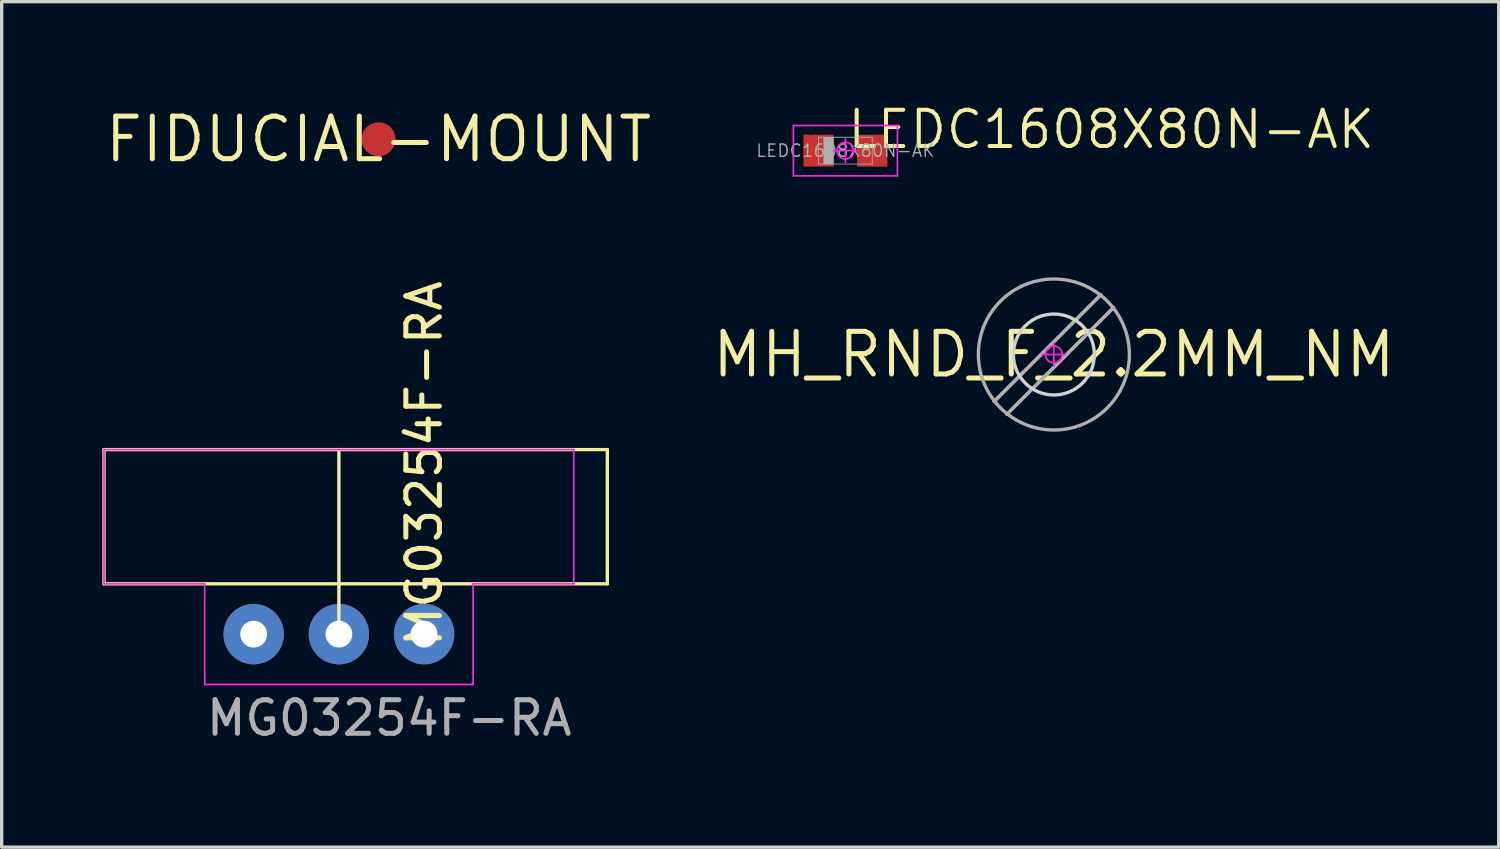
<source format=kicad_pcb>
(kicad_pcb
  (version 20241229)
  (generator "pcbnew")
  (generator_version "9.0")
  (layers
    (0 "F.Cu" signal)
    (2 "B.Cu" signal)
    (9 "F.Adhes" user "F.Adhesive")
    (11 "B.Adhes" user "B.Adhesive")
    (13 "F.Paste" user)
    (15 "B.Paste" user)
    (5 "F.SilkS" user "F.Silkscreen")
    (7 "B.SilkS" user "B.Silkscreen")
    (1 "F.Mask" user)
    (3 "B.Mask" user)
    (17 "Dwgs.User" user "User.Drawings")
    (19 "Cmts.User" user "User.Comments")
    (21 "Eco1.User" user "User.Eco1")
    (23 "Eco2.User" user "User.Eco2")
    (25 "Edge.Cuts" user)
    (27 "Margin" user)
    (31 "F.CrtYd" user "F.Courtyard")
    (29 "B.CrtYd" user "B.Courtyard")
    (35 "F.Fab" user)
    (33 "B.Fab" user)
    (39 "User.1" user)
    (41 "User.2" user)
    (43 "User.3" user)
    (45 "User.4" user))
  (footprint "FIDUCIAL-MOUNT"
    (layer "F.Cu")
    (at 8.232 1.1)
    (property "Reference" "FIDUCIAL-MOUNT" (at 0 0 0) (layer "F.SilkS") (effects (font (size 1.27 1.27) (thickness 0.15))))
    (fp_circle (center 0 0) (end 0.5 0) (stroke (width 1.2) (type solid)) (fill no) (layer "F.Mask"))
    (pad "P$1" smd roundrect (at 0 0) (size 1.016 1.016) (layers "F.Cu" "F.Mask") (roundrect_rratio 0.5))
    (zone (net_name "") (layer "F.Cu") (hatch edge 0.5) (connect_pads) (min_thickness 0.25) (filled_areas_thickness no) (keepout (tracks not_allowed) (vias not_allowed) (pads not_allowed) (copperpour not_allowed) (footprints allowed)) (placement (enabled no)) (fill) (polygon (pts (xy 9.296 1.1) (xy 9.275 0.893) (xy 9.215 0.693) (xy 9.116 0.509) (xy 8.984 0.348) (xy 8.823 0.216) (xy 8.639 0.117) (xy 8.44 0.057) (xy 8.232 0.036) (xy 8.025 0.057) (xy 7.825 0.117) (xy 7.641 0.216) (xy 7.48 0.348) (xy 7.348 0.509) (xy 7.25 0.693) (xy 7.189 0.893) (xy 7.169 1.1) (xy 7.189 1.307) (xy 7.25 1.507) (xy 7.348 1.691) (xy 7.48 1.852) (xy 7.641 1.984) (xy 7.825 2.083) (xy 8.025 2.143) (xy 8.232 2.163) (xy 8.44 2.143) (xy 8.639 2.083) (xy 8.823 1.984) (xy 8.984 1.852) (xy 9.116 1.691) (xy 9.215 1.507) (xy 9.275 1.307))) (polygon (pts (xy 9.169 1.1) (xy 9.148 0.905) (xy 9.088 0.719) (xy 8.99 0.55) (xy 8.859 0.404) (xy 8.7 0.289) (xy 8.521 0.209) (xy 8.33 0.169) (xy 8.134 0.169) (xy 7.943 0.209) (xy 7.764 0.289) (xy 7.605 0.404) (xy 7.474 0.55) (xy 7.377 0.719) (xy 7.316 0.905) (xy 7.296 1.1) (xy 7.316 1.295) (xy 7.377 1.481) (xy 7.474 1.65) (xy 7.605 1.796) (xy 7.764 1.911) (xy 7.943 1.991) (xy 8.134 2.031) (xy 8.33 2.031) (xy 8.521 1.991) (xy 8.7 1.911) (xy 8.859 1.796) (xy 8.99 1.65) (xy 9.088 1.481) (xy 9.148 1.295)))))
  (footprint "MH_RND_F_2.2MM_NM"
    (layer "F.Cu")
    (at 28.358 7.515)
    (property "Reference" "MH_RND_F_2.2MM_NM" (at 0 0 0) (layer "F.SilkS") (effects (font (size 1.27 1.27) (thickness 0.15))))
    (fp_poly (pts (xy 0.221 -1.251) (xy 0.434 -1.194) (xy 0.635 -1.1) (xy 0.816 -0.973) (xy 0.973 -0.816) (xy 1.1 -0.635) (xy 1.194 -0.434) (xy 1.251 -0.221) (xy 1.27 0.003) (xy 1.195 0.432) (xy 1.1 0.635) (xy 0.973 0.816) (xy 0.816 0.973) (xy 0.635 1.1) (xy 0.434 1.194) (xy 0.221 1.251) (xy 0 1.27) (xy -0.221 1.251) (xy -0.434 1.194) (xy -0.635 1.1) (xy -0.816 0.973) (xy -0.973 0.816) (xy -1.1 0.635) (xy -1.194 0.434) (xy -1.251 0.221) (xy -1.27 0) (xy -1.251 -0.221) (xy -1.194 -0.434) (xy -1.1 -0.635) (xy -0.973 -0.816) (xy -0.816 -0.973) (xy -0.635 -1.1) (xy -0.434 -1.194) (xy -0.221 -1.251) (xy 0 -1.27)) (stroke (width 0) (type default)) (fill yes) (layer "F.Mask"))
    (fp_poly (pts (xy 0.221 -1.251) (xy 0.434 -1.194) (xy 0.635 -1.1) (xy 0.816 -0.973) (xy 0.973 -0.816) (xy 1.1 -0.635) (xy 1.194 -0.434) (xy 1.251 -0.221) (xy 1.27 0.003) (xy 1.195 0.432) (xy 1.1 0.635) (xy 0.973 0.816) (xy 0.816 0.973) (xy 0.635 1.1) (xy 0.434 1.194) (xy 0.221 1.251) (xy 0 1.27) (xy -0.221 1.251) (xy -0.434 1.194) (xy -0.635 1.1) (xy -0.816 0.973) (xy -0.973 0.816) (xy -1.1 0.635) (xy -1.194 0.434) (xy -1.251 0.221) (xy -1.27 0) (xy -1.251 -0.221) (xy -1.194 -0.434) (xy -1.1 -0.635) (xy -0.973 -0.816) (xy -0.816 -0.973) (xy -0.635 -1.1) (xy -0.434 -1.194) (xy -0.221 -1.251) (xy 0 -1.27)) (stroke (width 0) (type default)) (fill yes) (layer "B.Mask"))
    (fp_circle (center 0 0) (end 1.206 0) (stroke (width 0.1) (type solid)) (fill no) (layer "Edge.Cuts"))
    (fp_line (start -0.35 0) (end 0.35 0) (stroke (width 0.05) (type solid)) (layer "F.CrtYd"))
    (fp_line (start 0 0.35) (end 0 -0.35) (stroke (width 0.05) (type solid)) (layer "F.CrtYd"))
    (fp_circle (center 0 0) (end 0.25 0) (stroke (width 0.05) (type solid)) (fill no) (layer "F.CrtYd"))
    (fp_line (start -1.778 1.397) (end 1.397 -1.778) (stroke (width 0.1) (type solid)) (layer "F.Fab"))
    (fp_line (start -1.778 1.397) (end 1.397 -1.778) (stroke (width 0.1) (type solid)) (layer "F.Fab"))
    (fp_line (start -1.397 1.778) (end 1.778 -1.397) (stroke (width 0.1) (type solid)) (layer "F.Fab"))
    (fp_line (start -1.397 1.778) (end 1.778 -1.397) (stroke (width 0.1) (type solid)) (layer "F.Fab"))
    (fp_circle (center 0 0) (end 2.25 0) (stroke (width 0.1) (type solid)) (fill no) (layer "F.Fab")))
  (footprint "MG03254F-RA"
    (layer "F.Cu")
    (at 7.05 15.849)
    (property "Reference" "MG03254F-RA" (at 2.54 -5.08 270) (layer "F.SilkS") (effects (font (size 1 1) (thickness 0.15))))
    (attr through_hole)
    (fp_line (start -7 -1.5) (end -7 -5.5) (stroke (width 0.1) (type default)) (layer "F.SilkS"))
    (fp_line (start 0 0) (end 0 -5.5) (stroke (width 0.1) (type default)) (layer "F.SilkS"))
    (fp_line (start 8 -5.5) (end -7 -5.5) (stroke (width 0.1) (type default)) (layer "F.SilkS"))
    (fp_line (start 8 -5.5) (end 8 -1.5) (stroke (width 0.1) (type default)) (layer "F.SilkS"))
    (fp_line (start 8 -1.5) (end -7 -1.5) (stroke (width 0.1) (type default)) (layer "F.SilkS"))
    (fp_line (start -7 -1.5) (end -7 -5.5) (stroke (width 0.05) (type solid)) (layer "F.CrtYd"))
    (fp_line (start -4 -1.5) (end -7 -1.5) (stroke (width 0.05) (type solid)) (layer "F.CrtYd"))
    (fp_line (start -4 1.5) (end -4 -1.5) (stroke (width 0.05) (type solid)) (layer "F.CrtYd"))
    (fp_line (start 0 -5.5) (end -7 -5.5) (stroke (width 0.05) (type solid)) (layer "F.CrtYd"))
    (fp_line (start 4 1.5) (end -4 1.5) (stroke (width 0.05) (type solid)) (layer "F.CrtYd"))
    (fp_line (start 4 1.5) (end 4 -1.5) (stroke (width 0.05) (type solid)) (layer "F.CrtYd"))
    (fp_line (start 7 -5.5) (end 0 -5.5) (stroke (width 0.05) (type solid)) (layer "F.CrtYd"))
    (fp_line (start 7 -1.5) (end 4 -1.5) (stroke (width 0.05) (type solid)) (layer "F.CrtYd"))
    (fp_line (start 7 -1.5) (end 7 -5.5) (stroke (width 0.05) (type solid)) (layer "F.CrtYd"))
    (fp_text user "${REFERENCE}" (at 1.5 2.5 0) (layer "F.Fab") (effects (font (size 1 1) (thickness 0.15))))
    (pad "1" thru_hole oval (at -2.54 0 270) (size 1.8 1.8) (drill 0.8) (layers "*.Cu" "*.Mask"))
    (pad "2" thru_hole oval (at 0 0 270) (size 1.8 1.8) (drill 0.8) (layers "*.Cu" "*.Mask"))
    (pad "3" thru_hole circle (at 2.54 0 270) (size 1.8 1.8) (drill 0.8) (layers "*.Cu" "*.Mask")))
  (footprint "LEDC1608X80N-AK"
    (layer "F.Cu")
    (at 22.145 1.44)
    (property "Reference" "LEDC1608X80N-AK" (at 0 0 0) (unlocked yes) (layer "F.SilkS") (effects (font (size 1.08 1.08) (thickness 0.12)) (justify left bottom)))
    (fp_line (start -1.55 -0.75) (end -1.55 0.75) (stroke (width 0.05) (type solid)) (layer "F.CrtYd"))
    (fp_line (start -1.55 0.75) (end 1.55 0.75) (stroke (width 0.05) (type solid)) (layer "F.CrtYd"))
    (fp_line (start -0.35 0) (end 0.35 0) (stroke (width 0.05) (type solid)) (layer "F.CrtYd"))
    (fp_line (start 0 0.35) (end 0 -0.35) (stroke (width 0.05) (type solid)) (layer "F.CrtYd"))
    (fp_line (start 1.55 -0.75) (end -1.55 -0.75) (stroke (width 0.05) (type solid)) (layer "F.CrtYd"))
    (fp_line (start 1.55 0.75) (end 1.55 -0.75) (stroke (width 0.05) (type solid)) (layer "F.CrtYd"))
    (fp_circle (center 0 0) (end 0.25 0) (stroke (width 0.05) (type solid)) (fill no) (layer "F.CrtYd"))
    (fp_line (start -0.8 -0.4) (end -0.8 0.4) (stroke (width 0.025) (type solid)) (layer "F.Fab"))
    (fp_line (start -0.8 0.4) (end 0.8 0.4) (stroke (width 0.025) (type solid)) (layer "F.Fab"))
    (fp_line (start -0.645 -0.395) (end -0.645 0.395) (stroke (width 0.01) (type solid)) (layer "F.Fab"))
    (fp_line (start -0.645 0.395) (end -0.355 0.395) (stroke (width 0.01) (type solid)) (layer "F.Fab"))
    (fp_line (start -0.64 -0.39) (end -0.64 0.39) (stroke (width 0.01) (type solid)) (layer "F.Fab"))
    (fp_line (start -0.64 0.39) (end -0.36 0.39) (stroke (width 0.01) (type solid)) (layer "F.Fab"))
    (fp_line (start -0.63 -0.38) (end -0.63 0.38) (stroke (width 0.025) (type solid)) (layer "F.Fab"))
    (fp_line (start -0.63 0.38) (end -0.37 0.38) (stroke (width 0.025) (type solid)) (layer "F.Fab"))
    (fp_line (start -0.618 -0.368) (end -0.618 0.367) (stroke (width 0.025) (type solid)) (layer "F.Fab"))
    (fp_line (start -0.618 0.367) (end -0.383 0.367) (stroke (width 0.025) (type solid)) (layer "F.Fab"))
    (fp_line (start -0.605 -0.355) (end -0.605 0.355) (stroke (width 0.05) (type solid)) (layer "F.Fab"))
    (fp_line (start -0.605 0.355) (end -0.395 0.355) (stroke (width 0.05) (type solid)) (layer "F.Fab"))
    (fp_line (start -0.58 -0.33) (end -0.58 0.33) (stroke (width 0.1) (type solid)) (layer "F.Fab"))
    (fp_line (start -0.58 0.33) (end -0.42 0.33) (stroke (width 0.1) (type solid)) (layer "F.Fab"))
    (fp_line (start -0.53 -0.28) (end -0.53 0.28) (stroke (width 0.2) (type solid)) (layer "F.Fab"))
    (fp_line (start -0.53 0.28) (end -0.47 0.28) (stroke (width 0.2) (type solid)) (layer "F.Fab"))
    (fp_line (start -0.47 -0.28) (end -0.53 -0.28) (stroke (width 0.2) (type solid)) (layer "F.Fab"))
    (fp_line (start -0.47 0.28) (end -0.47 -0.28) (stroke (width 0.2) (type solid)) (layer "F.Fab"))
    (fp_line (start -0.42 -0.33) (end -0.58 -0.33) (stroke (width 0.1) (type solid)) (layer "F.Fab"))
    (fp_line (start -0.42 0.33) (end -0.42 -0.33) (stroke (width 0.1) (type solid)) (layer "F.Fab"))
    (fp_line (start -0.395 -0.355) (end -0.605 -0.355) (stroke (width 0.05) (type solid)) (layer "F.Fab"))
    (fp_line (start -0.395 0.355) (end -0.395 -0.355) (stroke (width 0.05) (type solid)) (layer "F.Fab"))
    (fp_line (start -0.383 -0.368) (end -0.618 -0.368) (stroke (width 0.025) (type solid)) (layer "F.Fab"))
    (fp_line (start -0.383 0.367) (end -0.383 -0.368) (stroke (width 0.025) (type solid)) (layer "F.Fab"))
    (fp_line (start -0.37 -0.38) (end -0.63 -0.38) (stroke (width 0.025) (type solid)) (layer "F.Fab"))
    (fp_line (start -0.37 0.38) (end -0.37 -0.38) (stroke (width 0.025) (type solid)) (layer "F.Fab"))
    (fp_line (start -0.36 -0.39) (end -0.64 -0.39) (stroke (width 0.01) (type solid)) (layer "F.Fab"))
    (fp_line (start -0.36 0.39) (end -0.36 -0.39) (stroke (width 0.01) (type solid)) (layer "F.Fab"))
    (fp_line (start -0.355 -0.395) (end -0.645 -0.395) (stroke (width 0.01) (type solid)) (layer "F.Fab"))
    (fp_line (start -0.355 0.395) (end -0.355 -0.395) (stroke (width 0.01) (type solid)) (layer "F.Fab"))
    (fp_line (start 0.8 -0.4) (end -0.8 -0.4) (stroke (width 0.025) (type solid)) (layer "F.Fab"))
    (fp_line (start 0.8 0.4) (end 0.8 -0.4) (stroke (width 0.025) (type solid)) (layer "F.Fab"))
    (fp_text user "${REFERENCE}" (at 0 0 0) (unlocked yes) (layer "F.Fab") (effects (font (size 0.366 0.366) (thickness 0.041))))
    (pad "A" smd roundrect (at 0.8 0) (size 0.9 0.95) (layers "F.Cu" "F.Mask" "F.Paste") (roundrect_rratio 0.015))
    (pad "C" smd roundrect (at -0.8 0) (size 0.9 0.95) (layers "F.Cu" "F.Mask" "F.Paste") (roundrect_rratio 0.015)))
  (gr_rect
    (start -3 -3)
    (end 41.616 22.197)
    (stroke (width 0.1) (type default))
    (fill no)
    (layer "Edge.Cuts")))
</source>
